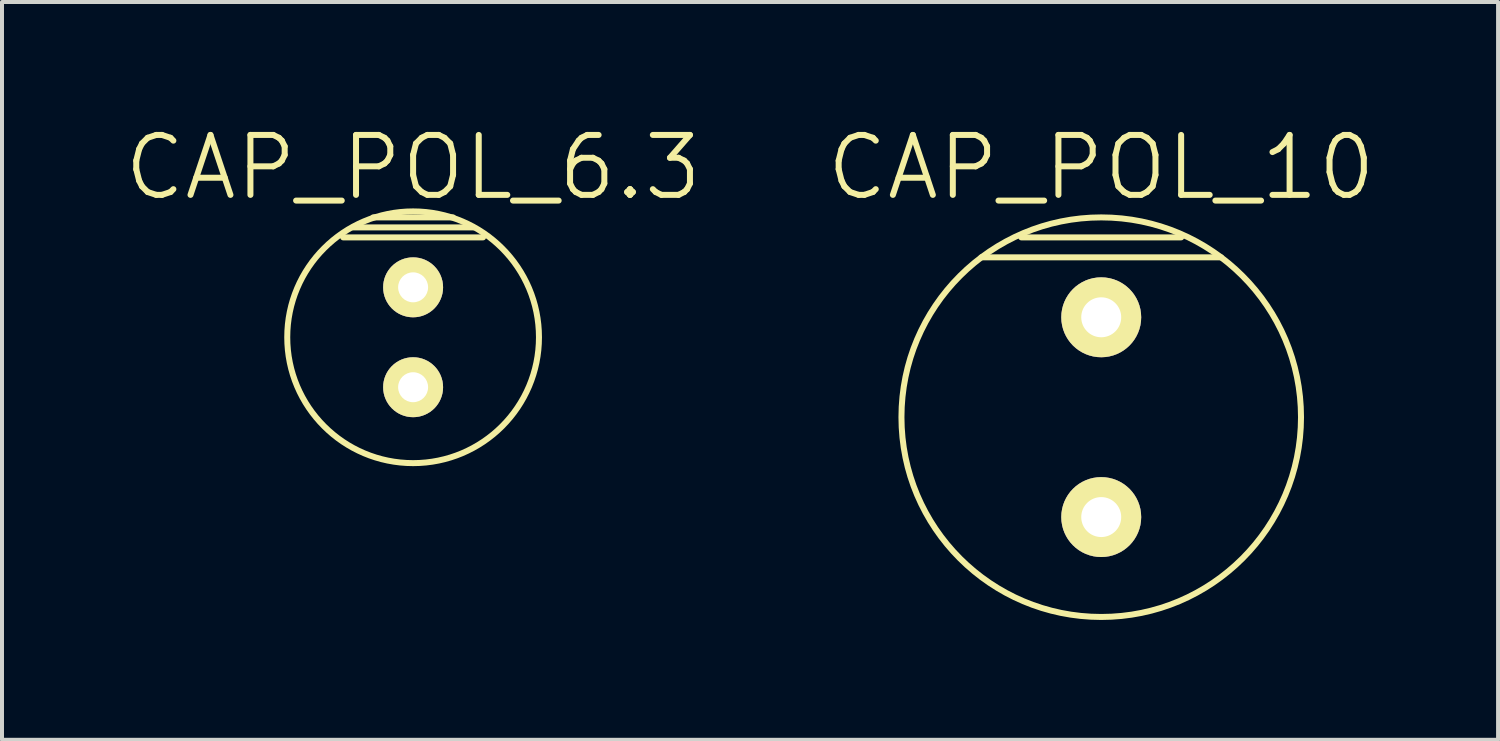
<source format=kicad_pcb>
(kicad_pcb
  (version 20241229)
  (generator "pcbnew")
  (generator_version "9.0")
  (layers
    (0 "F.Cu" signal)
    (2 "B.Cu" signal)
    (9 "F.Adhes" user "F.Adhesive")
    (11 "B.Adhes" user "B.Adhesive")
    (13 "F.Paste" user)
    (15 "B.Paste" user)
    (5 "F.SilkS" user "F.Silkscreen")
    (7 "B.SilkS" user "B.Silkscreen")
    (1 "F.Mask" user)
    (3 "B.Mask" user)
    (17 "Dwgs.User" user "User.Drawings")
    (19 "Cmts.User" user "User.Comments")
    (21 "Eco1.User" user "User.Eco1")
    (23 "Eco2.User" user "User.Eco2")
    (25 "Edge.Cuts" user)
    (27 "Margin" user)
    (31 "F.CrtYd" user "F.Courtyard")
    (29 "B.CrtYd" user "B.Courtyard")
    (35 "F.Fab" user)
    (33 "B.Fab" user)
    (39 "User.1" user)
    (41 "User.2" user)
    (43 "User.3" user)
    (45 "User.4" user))
  (footprint "CAP_POL_10"
    (layer "F.Cu")
    (at 24.511 7.391)
    (property "Reference" "CAP_POL_10" (at 0 -6.25 0) (layer "F.SilkS") (effects (font (size 1.5 1.5) (thickness 0.15))))
    (attr through_hole)
    (fp_line (start -2 -4.5) (end 2 -4.5) (stroke (width 0.15) (type solid)) (layer "F.SilkS"))
    (fp_line (start 3 -4) (end -3 -4) (stroke (width 0.15) (type solid)) (layer "F.SilkS"))
    (fp_circle (center 0 0) (end 5 0) (stroke (width 0.15) (type solid)) (fill no) (layer "F.SilkS"))
    (pad "1" thru_hole circle (at 0 2.5) (size 2 2) (drill 1) (layers "*.Cu" "*.Mask" "F.SilkS"))
    (pad "2" thru_hole circle (at 0 -2.5) (size 2 2) (drill 1) (layers "*.Cu" "*.Mask" "F.SilkS")))
  (footprint "CAP_POL_6.3"
    (layer "F.Cu")
    (at 7.289 5.391)
    (property "Reference" "CAP_POL_6.3" (at 0 -4.25 0) (layer "F.SilkS") (effects (font (size 1.5 1.5) (thickness 0.15))))
    (attr through_hole)
    (fp_line (start -1.75 -2.5) (end 1.75 -2.5) (stroke (width 0.15) (type solid)) (layer "F.SilkS"))
    (fp_line (start -1 -3) (end 1 -3) (stroke (width 0.15) (type solid)) (layer "F.SilkS"))
    (fp_line (start 1.5 -2.75) (end -1.5 -2.75) (stroke (width 0.15) (type solid)) (layer "F.SilkS"))
    (fp_circle (center 0 0) (end 3.15 0) (stroke (width 0.15) (type solid)) (fill no) (layer "F.SilkS"))
    (pad "1" thru_hole circle (at 0 1.25) (size 1.5 1.5) (drill 0.75) (layers "*.Cu" "*.Mask" "F.SilkS"))
    (pad "2" thru_hole circle (at 0 -1.25) (size 1.5 1.5) (drill 0.75) (layers "*.Cu" "*.Mask" "F.SilkS")))
  (gr_rect
    (start -3 -3)
    (end 34.443 15.466)
    (stroke (width 0.1) (type default))
    (fill no)
    (layer "Edge.Cuts")))
</source>
